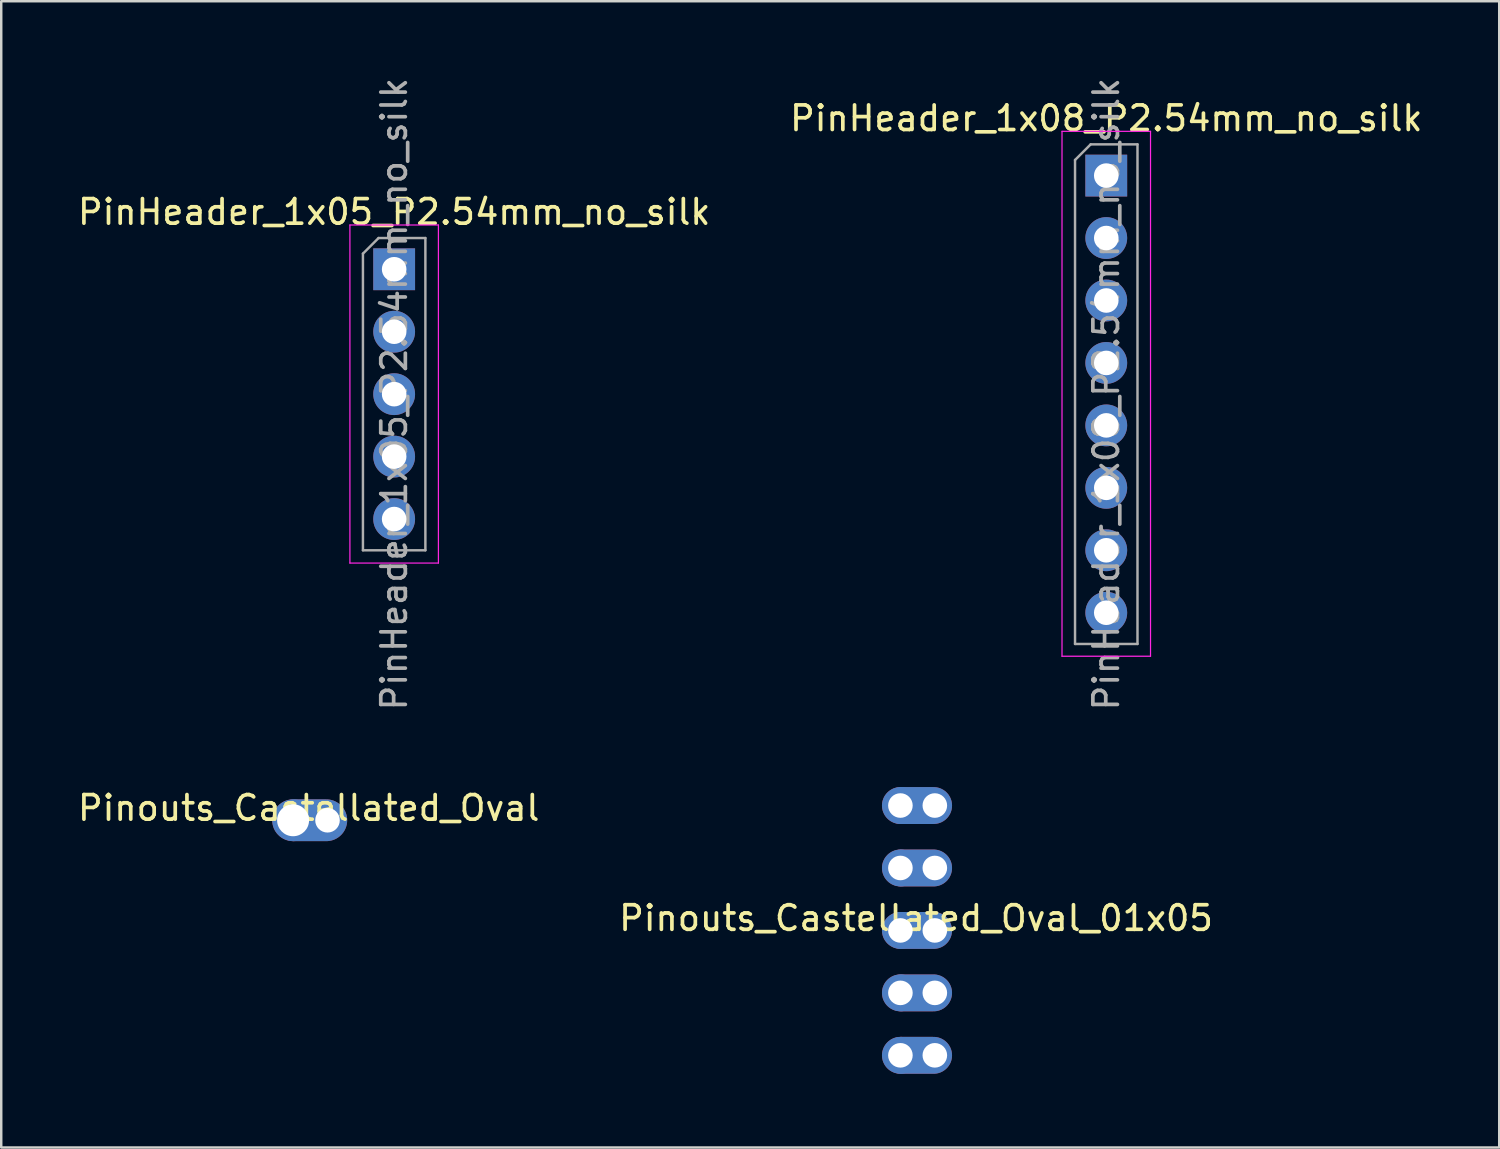
<source format=kicad_pcb>
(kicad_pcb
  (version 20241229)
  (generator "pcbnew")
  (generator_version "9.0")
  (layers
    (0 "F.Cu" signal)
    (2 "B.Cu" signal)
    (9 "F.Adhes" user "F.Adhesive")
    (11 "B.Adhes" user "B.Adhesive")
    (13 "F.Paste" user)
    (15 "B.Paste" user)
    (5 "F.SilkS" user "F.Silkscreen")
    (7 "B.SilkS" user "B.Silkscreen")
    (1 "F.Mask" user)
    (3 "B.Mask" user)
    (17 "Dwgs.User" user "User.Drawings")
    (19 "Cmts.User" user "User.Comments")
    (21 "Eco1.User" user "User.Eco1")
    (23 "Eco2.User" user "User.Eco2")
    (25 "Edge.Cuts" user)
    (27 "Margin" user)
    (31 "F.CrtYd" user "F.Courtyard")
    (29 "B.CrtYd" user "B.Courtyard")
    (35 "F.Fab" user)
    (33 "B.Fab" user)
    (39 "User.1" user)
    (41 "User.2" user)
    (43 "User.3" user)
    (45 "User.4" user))
  (footprint "Pinouts_Castellated_Oval"
    (layer "F.Cu")
    (at 9.506 30.313)
    (property "Reference" "Pinouts_Castellated_Oval" (at 0 -0.5 0) (unlocked yes) (layer "F.SilkS") (effects (font (size 1 1) (thickness 0.15))))
    (attr through_hole)
    (pad "" thru_hole circle (at -0.635 0) (size 1.7 1.7) (drill 1.3) (property pad_prop_castellated) (layers "*.Cu" "*.Mask"))
    (pad "" thru_hole oval (at 0.765 0) (size 3 1.7) (drill 1 (offset -0.7 0)) (layers "*.Cu" "*.Mask")))
  (footprint "PinHeader_1x08_P2.54mm_no_silk"
    (layer "F.Cu")
    (at 41.946 4.092)
    (property "Reference" "PinHeader_1x08_P2.54mm_no_silk" (at 0 -2.33 0) (layer "F.SilkS") (effects (font (size 1 1) (thickness 0.15))))
    (attr through_hole)
    (fp_line (start -1.8 -1.8) (end -1.8 19.55) (stroke (width 0.05) (type solid)) (layer "F.CrtYd"))
    (fp_line (start -1.8 19.55) (end 1.8 19.55) (stroke (width 0.05) (type solid)) (layer "F.CrtYd"))
    (fp_line (start 1.8 -1.8) (end -1.8 -1.8) (stroke (width 0.05) (type solid)) (layer "F.CrtYd"))
    (fp_line (start 1.8 19.55) (end 1.8 -1.8) (stroke (width 0.05) (type solid)) (layer "F.CrtYd"))
    (fp_line (start -1.27 -0.635) (end -0.635 -1.27) (stroke (width 0.1) (type solid)) (layer "F.Fab"))
    (fp_line (start -1.27 19.05) (end -1.27 -0.635) (stroke (width 0.1) (type solid)) (layer "F.Fab"))
    (fp_line (start -0.635 -1.27) (end 1.27 -1.27) (stroke (width 0.1) (type solid)) (layer "F.Fab"))
    (fp_line (start 1.27 -1.27) (end 1.27 19.05) (stroke (width 0.1) (type solid)) (layer "F.Fab"))
    (fp_line (start 1.27 19.05) (end -1.27 19.05) (stroke (width 0.1) (type solid)) (layer "F.Fab"))
    (fp_text user "${REFERENCE}" (at 0 8.89 90) (layer "F.Fab") (effects (font (size 1 1) (thickness 0.15))))
    (pad "1" thru_hole rect (at 0 0) (size 1.7 1.7) (drill 1) (layers "*.Cu" "*.Mask"))
    (pad "2" thru_hole oval (at 0 2.54) (size 1.7 1.7) (drill 1) (layers "*.Cu" "*.Mask"))
    (pad "3" thru_hole oval (at 0 5.08) (size 1.7 1.7) (drill 1) (layers "*.Cu" "*.Mask"))
    (pad "4" thru_hole oval (at 0 7.62) (size 1.7 1.7) (drill 1) (layers "*.Cu" "*.Mask"))
    (pad "5" thru_hole oval (at 0 10.16) (size 1.7 1.7) (drill 1) (layers "*.Cu" "*.Mask"))
    (pad "6" thru_hole oval (at 0 12.7) (size 1.7 1.7) (drill 1) (layers "*.Cu" "*.Mask"))
    (pad "7" thru_hole oval (at 0 15.24) (size 1.7 1.7) (drill 1) (layers "*.Cu" "*.Mask"))
    (pad "8" thru_hole oval (at 0 17.78) (size 1.7 1.7) (drill 1) (layers "*.Cu" "*.Mask")))
  (footprint "Pinouts_Castellated_Oval_01x05"
    (layer "F.Cu")
    (at 34.208 34.794)
    (property "Reference" "Pinouts_Castellated_Oval_01x05" (at 0 -0.5 0) (unlocked yes) (layer "F.SilkS") (effects (font (size 1 1) (thickness 0.15))))
    (pad "1" thru_hole circle (at -0.635 -5.08) (size 1.5 1.5) (drill 1) (property pad_prop_castellated) (layers "*.Cu" "*.Mask"))
    (pad "1" thru_hole oval (at 0.765 -5.08) (size 2.8 1.5) (drill 1 (offset -0.7 0)) (layers "*.Cu" "*.Mask"))
    (pad "2" thru_hole circle (at -0.635 -2.54) (size 1.5 1.5) (drill 1) (property pad_prop_castellated) (layers "*.Cu" "*.Mask"))
    (pad "2" thru_hole oval (at 0.765 -2.54) (size 2.8 1.5) (drill 1 (offset -0.7 0)) (layers "*.Cu" "*.Mask"))
    (pad "3" thru_hole circle (at -0.635 0) (size 1.5 1.5) (drill 1) (property pad_prop_castellated) (layers "*.Cu" "*.Mask"))
    (pad "3" thru_hole oval (at 0.765 0) (size 2.8 1.5) (drill 1 (offset -0.7 0)) (layers "*.Cu" "*.Mask"))
    (pad "4" thru_hole circle (at -0.635 2.54) (size 1.5 1.5) (drill 1) (property pad_prop_castellated) (layers "*.Cu" "*.Mask"))
    (pad "4" thru_hole oval (at 0.765 2.54) (size 2.8 1.5) (drill 1 (offset -0.7 0)) (layers "*.Cu" "*.Mask"))
    (pad "5" thru_hole circle (at -0.635 5.08) (size 1.5 1.5) (drill 1) (property pad_prop_castellated) (layers "*.Cu" "*.Mask"))
    (pad "5" thru_hole oval (at 0.765 5.08) (size 2.8 1.5) (drill 1 (offset -0.7 0)) (layers "*.Cu" "*.Mask")))
  (footprint "PinHeader_1x05_P2.54mm_no_silk"
    (layer "F.Cu")
    (at 12.982 7.902)
    (property "Reference" "PinHeader_1x05_P2.54mm_no_silk" (at 0 -2.33 0) (layer "F.SilkS") (effects (font (size 1 1) (thickness 0.15))))
    (attr through_hole)
    (fp_line (start -1.8 -1.8) (end -1.8 11.95) (stroke (width 0.05) (type solid)) (layer "F.CrtYd"))
    (fp_line (start -1.8 11.95) (end 1.8 11.95) (stroke (width 0.05) (type solid)) (layer "F.CrtYd"))
    (fp_line (start 1.8 -1.8) (end -1.8 -1.8) (stroke (width 0.05) (type solid)) (layer "F.CrtYd"))
    (fp_line (start 1.8 11.95) (end 1.8 -1.8) (stroke (width 0.05) (type solid)) (layer "F.CrtYd"))
    (fp_line (start -1.27 -0.635) (end -0.635 -1.27) (stroke (width 0.1) (type solid)) (layer "F.Fab"))
    (fp_line (start -1.27 11.43) (end -1.27 -0.635) (stroke (width 0.1) (type solid)) (layer "F.Fab"))
    (fp_line (start -0.635 -1.27) (end 1.27 -1.27) (stroke (width 0.1) (type solid)) (layer "F.Fab"))
    (fp_line (start 1.27 -1.27) (end 1.27 11.43) (stroke (width 0.1) (type solid)) (layer "F.Fab"))
    (fp_line (start 1.27 11.43) (end -1.27 11.43) (stroke (width 0.1) (type solid)) (layer "F.Fab"))
    (fp_text user "${REFERENCE}" (at 0 5.08 90) (layer "F.Fab") (effects (font (size 1 1) (thickness 0.15))))
    (pad "1" thru_hole rect (at 0 0) (size 1.7 1.7) (drill 1) (layers "*.Cu" "*.Mask"))
    (pad "2" thru_hole oval (at 0 2.54) (size 1.7 1.7) (drill 1) (layers "*.Cu" "*.Mask"))
    (pad "3" thru_hole oval (at 0 5.08) (size 1.7 1.7) (drill 1) (layers "*.Cu" "*.Mask"))
    (pad "4" thru_hole oval (at 0 7.62) (size 1.7 1.7) (drill 1) (layers "*.Cu" "*.Mask"))
    (pad "5" thru_hole oval (at 0 10.16) (size 1.7 1.7) (drill 1) (layers "*.Cu" "*.Mask")))
  (gr_rect
    (start -3 -3)
    (end 57.929 43.624)
    (stroke (width 0.1) (type default))
    (fill no)
    (layer "Edge.Cuts")))
</source>
